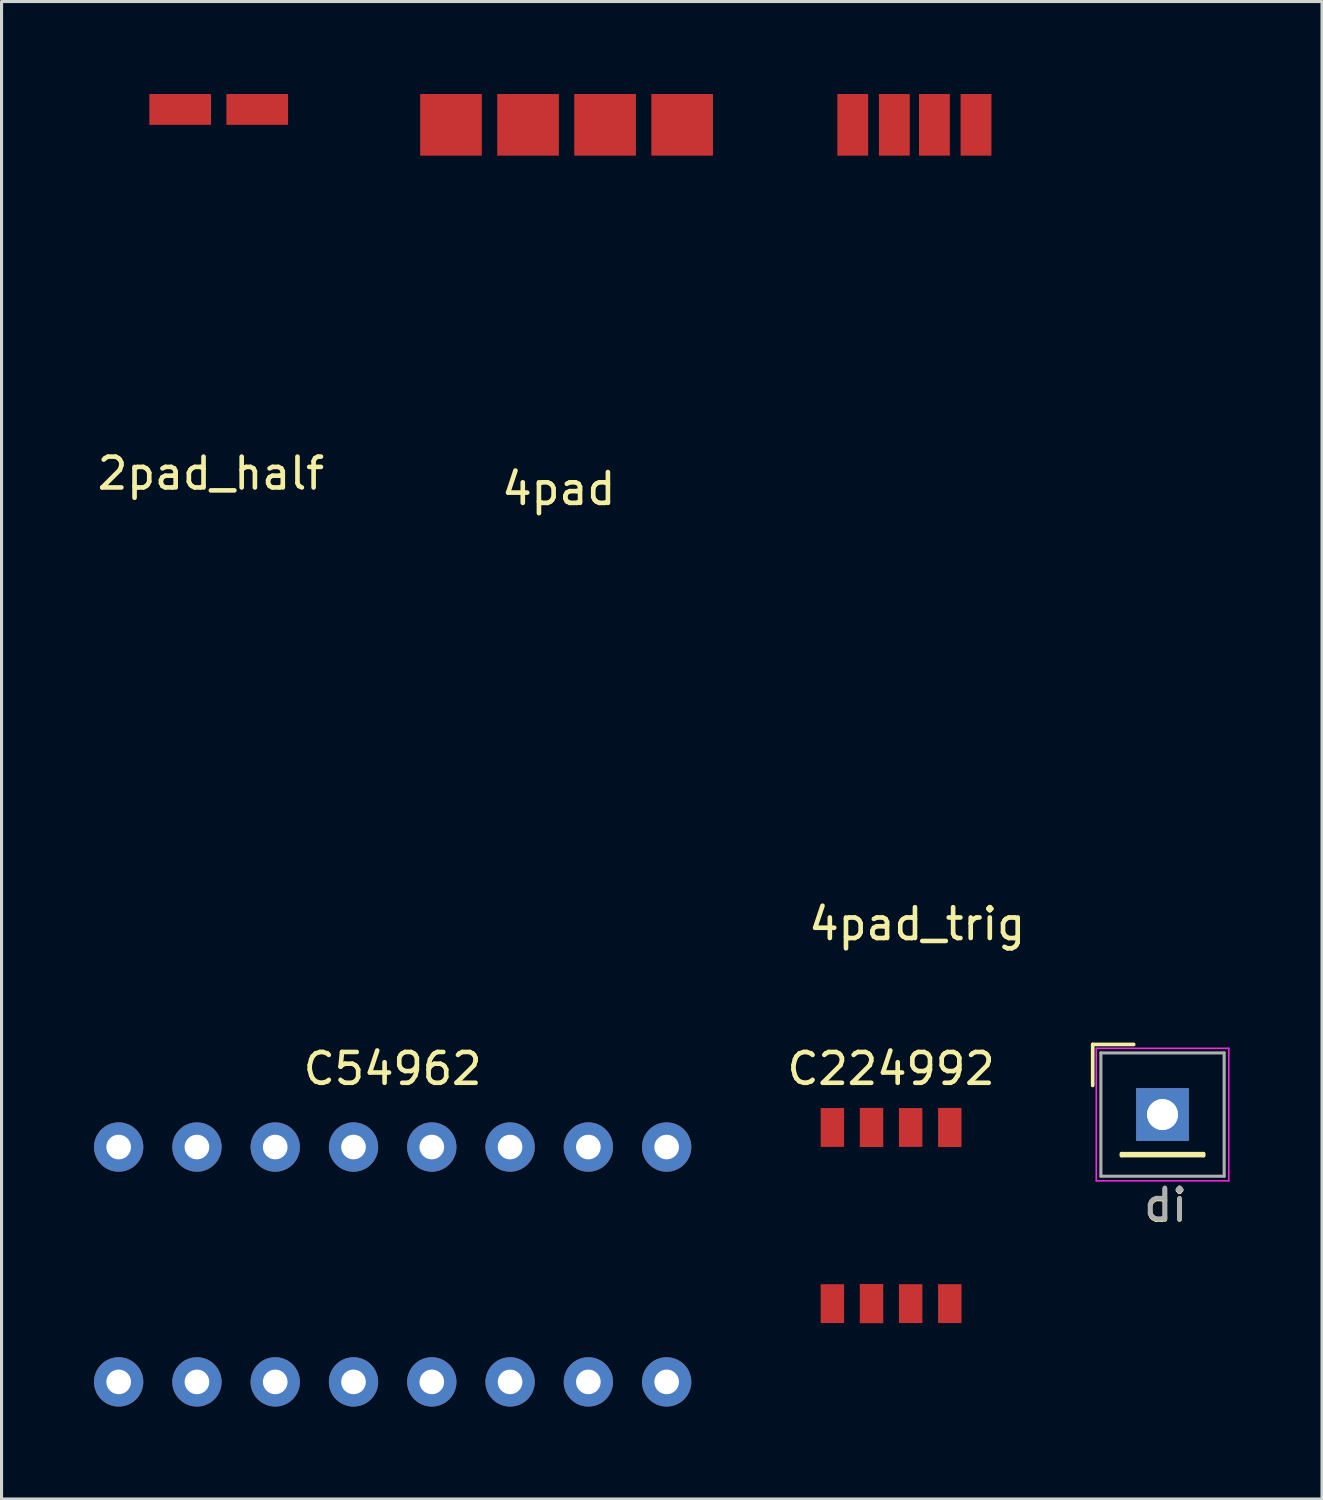
<source format=kicad_pcb>
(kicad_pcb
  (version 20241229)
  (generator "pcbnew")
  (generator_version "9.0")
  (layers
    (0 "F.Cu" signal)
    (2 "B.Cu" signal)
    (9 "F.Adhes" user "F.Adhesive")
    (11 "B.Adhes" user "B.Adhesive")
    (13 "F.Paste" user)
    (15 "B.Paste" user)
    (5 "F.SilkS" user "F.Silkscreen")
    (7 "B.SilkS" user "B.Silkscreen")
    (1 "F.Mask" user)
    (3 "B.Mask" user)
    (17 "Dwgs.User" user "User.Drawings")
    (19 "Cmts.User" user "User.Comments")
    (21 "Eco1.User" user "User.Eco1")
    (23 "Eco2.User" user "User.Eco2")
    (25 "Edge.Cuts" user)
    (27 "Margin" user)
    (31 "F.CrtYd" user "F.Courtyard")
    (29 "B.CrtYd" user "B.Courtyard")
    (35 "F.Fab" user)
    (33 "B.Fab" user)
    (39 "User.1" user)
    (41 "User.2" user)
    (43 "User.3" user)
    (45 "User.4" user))
  (footprint "2pad_half"
    (layer "F.Cu")
    (at 4.046 0.5)
    (property "Reference" "2pad_half" (at -0.254 11.811 180) (layer "F.SilkS") (effects (font (size 1 1) (thickness 0.15))))
    (attr through_hole)
    (pad "1" smd rect (at 1.25 0) (size 2 1) (layers "F.Cu" "F.Mask" "F.Paste"))
    (pad "2" smd rect (at -1.25 0) (size 2 1) (layers "F.Cu" "F.Mask" "F.Paste")))
  (footprint "4pad"
    (layer "F.Cu")
    (at 15.333 1)
    (property "Reference" "4pad" (at -0.254 11.811 0) (layer "F.SilkS") (effects (font (size 1 1) (thickness 0.15))))
    (attr through_hole)
    (pad "1" smd rect (at 3.75 0 90) (size 2 2) (layers "F.Cu" "F.Mask" "F.Paste"))
    (pad "2" smd rect (at 1.25 0) (size 2 2) (layers "F.Cu" "F.Mask" "F.Paste"))
    (pad "3" smd rect (at -1.25 0) (size 2 2) (layers "F.Cu" "F.Mask" "F.Paste"))
    (pad "4" smd rect (at -3.75 0) (size 2 2) (layers "F.Cu" "F.Mask" "F.Paste")))
  (footprint "di"
    (layer "F.Cu")
    (at 34.669 33.113)
    (property "Reference" "di" (at 0.1 2.95 0) (layer "F.SilkS") (effects (font (size 1 1) (thickness 0.15))))
    (attr through_hole)
    (fp_line (start -2.265 -2.275) (end -0.935 -2.275) (stroke (width 0.12) (type solid)) (layer "F.SilkS"))
    (fp_line (start -2.265 -0.945) (end -2.265 -2.275) (stroke (width 0.12) (type solid)) (layer "F.SilkS"))
    (fp_line (start -1.33 1.27) (end -1.33 1.33) (stroke (width 0.12) (type solid)) (layer "F.SilkS"))
    (fp_line (start -1.33 1.27) (end 1.33 1.27) (stroke (width 0.12) (type solid)) (layer "F.SilkS"))
    (fp_line (start -1.33 1.33) (end 1.33 1.33) (stroke (width 0.12) (type solid)) (layer "F.SilkS"))
    (fp_line (start 1.33 1.27) (end 1.33 1.33) (stroke (width 0.12) (type solid)) (layer "F.SilkS"))
    (fp_line (start -2.15 -2.15) (end -2.15 2.15) (stroke (width 0.05) (type solid)) (layer "F.CrtYd"))
    (fp_line (start -2.15 2.15) (end 2.15 2.15) (stroke (width 0.05) (type solid)) (layer "F.CrtYd"))
    (fp_line (start 2.15 -2.15) (end -2.15 -2.15) (stroke (width 0.05) (type solid)) (layer "F.CrtYd"))
    (fp_line (start 2.15 2.15) (end 2.15 -2.15) (stroke (width 0.05) (type solid)) (layer "F.CrtYd"))
    (fp_line (start -2 -2) (end -2 2) (stroke (width 0.1) (type solid)) (layer "F.Fab"))
    (fp_line (start -2 2) (end 2 2) (stroke (width 0.1) (type solid)) (layer "F.Fab"))
    (fp_line (start 2 -2) (end -2 -2) (stroke (width 0.1) (type solid)) (layer "F.Fab"))
    (fp_line (start 2 2) (end 2 -2) (stroke (width 0.1) (type solid)) (layer "F.Fab"))
    (fp_text user "${REFERENCE}" (at 0.1 2.925 0) (layer "F.Fab") (effects (font (size 1 1) (thickness 0.15))))
    (pad "1" thru_hole rect (at 0 0) (size 1.7 1.7) (drill 1) (layers "*.Cu" "*.Mask"))
    (pad "1" thru_hole rect (at 0 0) (size 1.7 1.7) (drill 1) (layers "*.Cu" "*.Mask")))
  (footprint "C224992"
    (layer "F.Cu")
    (at 25.862 36.072)
    (property "Reference" "C224992" (at 0 -4.445 0) (layer "F.SilkS") (effects (font (size 1 1) (thickness 0.15))))
    (attr through_hole)
    (pad "1" smd trapezoid (at -1.905 3.175) (size 0.76 1.26) (layers "F.Cu" "F.Mask" "F.Paste"))
    (pad "2" smd rect (at -0.635 3.175) (size 0.76 1.27) (layers "F.Cu" "F.Mask" "F.Paste"))
    (pad "3" smd rect (at 0.635 3.175) (size 0.76 1.26) (layers "F.Cu" "F.Mask" "F.Paste"))
    (pad "4" smd rect (at 1.905 3.175) (size 0.76 1.26) (layers "F.Cu" "F.Mask" "F.Paste"))
    (pad "5" smd rect (at 1.905 -2.54 180) (size 0.76 1.27) (layers "F.Cu" "F.Mask" "F.Paste"))
    (pad "6" smd rect (at 0.635 -2.54 180) (size 0.76 1.26) (layers "F.Cu" "F.Mask" "F.Paste"))
    (pad "7" smd rect (at -0.635 -2.54 180) (size 0.76 1.27) (layers "F.Cu" "F.Mask" "F.Paste"))
    (pad "8" smd rect (at -1.905 -2.54 180) (size 0.76 1.26) (layers "F.Cu" "F.Mask" "F.Paste")))
  (footprint "4pad_trig"
    (layer "F.Cu")
    (at 26.618 1)
    (property "Reference" "4pad_trig" (at 0.09 25.93 180) (layer "F.SilkS") (effects (font (size 1 1) (thickness 0.15))))
    (attr through_hole)
    (pad "1" smd rect (at 2 0 90) (size 2 1) (layers "F.Cu" "F.Mask" "F.Paste"))
    (pad "2" smd rect (at 0.65 0) (size 1 2) (layers "F.Cu" "F.Mask" "F.Paste"))
    (pad "3" smd rect (at -0.65 0) (size 1 2) (layers "F.Cu" "F.Mask" "F.Paste"))
    (pad "4" smd rect (at -2 0) (size 1 2) (layers "F.Cu" "F.Mask" "F.Paste")))
  (footprint "C54962"
    (layer "F.Cu")
    (at 9.69 37.977)
    (property "Reference" "C54962" (at 0 -6.35 0) (layer "F.SilkS") (effects (font (size 1 1) (thickness 0.15))))
    (attr through_hole)
    (pad "1" thru_hole circle (at -8.89 3.81) (size 1.6 1.6) (drill 0.8) (layers "*.Cu" "*.Mask"))
    (pad "2" thru_hole circle (at -6.35 3.81) (size 1.6 1.6) (drill 0.8) (layers "*.Cu" "*.Mask"))
    (pad "3" thru_hole circle (at -3.81 3.81) (size 1.6 1.6) (drill 0.8) (layers "*.Cu" "*.Mask"))
    (pad "4" thru_hole circle (at -1.27 3.81) (size 1.6 1.6) (drill 0.8) (layers "*.Cu" "*.Mask"))
    (pad "5" thru_hole circle (at 1.27 3.81) (size 1.6 1.6) (drill 0.8) (layers "*.Cu" "*.Mask"))
    (pad "6" thru_hole circle (at 3.81 3.81) (size 1.6 1.6) (drill 0.8) (layers "*.Cu" "*.Mask"))
    (pad "7" thru_hole circle (at 6.35 3.81) (size 1.6 1.6) (drill 0.8) (layers "*.Cu" "*.Mask"))
    (pad "8" thru_hole circle (at 8.89 3.81) (size 1.6 1.6) (drill 0.8) (layers "*.Cu" "*.Mask"))
    (pad "9" thru_hole circle (at 8.89 -3.81) (size 1.6 1.6) (drill 0.8) (layers "*.Cu" "*.Mask"))
    (pad "10" thru_hole circle (at 6.35 -3.81) (size 1.6 1.6) (drill 0.8) (layers "*.Cu" "*.Mask"))
    (pad "11" thru_hole circle (at 3.81 -3.81) (size 1.6 1.6) (drill 0.8) (layers "*.Cu" "*.Mask"))
    (pad "12" thru_hole circle (at 1.27 -3.81) (size 1.6 1.6) (drill 0.8) (layers "*.Cu" "*.Mask"))
    (pad "13" thru_hole circle (at -1.27 -3.81) (size 1.6 1.6) (drill 0.8) (layers "*.Cu" "*.Mask"))
    (pad "14" thru_hole circle (at -3.81 -3.81) (size 1.6 1.6) (drill 0.8) (layers "*.Cu" "*.Mask"))
    (pad "15" thru_hole circle (at -6.35 -3.81) (size 1.6 1.6) (drill 0.8) (layers "*.Cu" "*.Mask"))
    (pad "16" thru_hole circle (at -8.89 -3.81) (size 1.6 1.6) (drill 0.8) (layers "*.Cu" "*.Mask")))
  (gr_rect
    (start -3 -3)
    (end 39.844 45.587)
    (stroke (width 0.1) (type default))
    (fill no)
    (layer "Edge.Cuts")))
</source>
